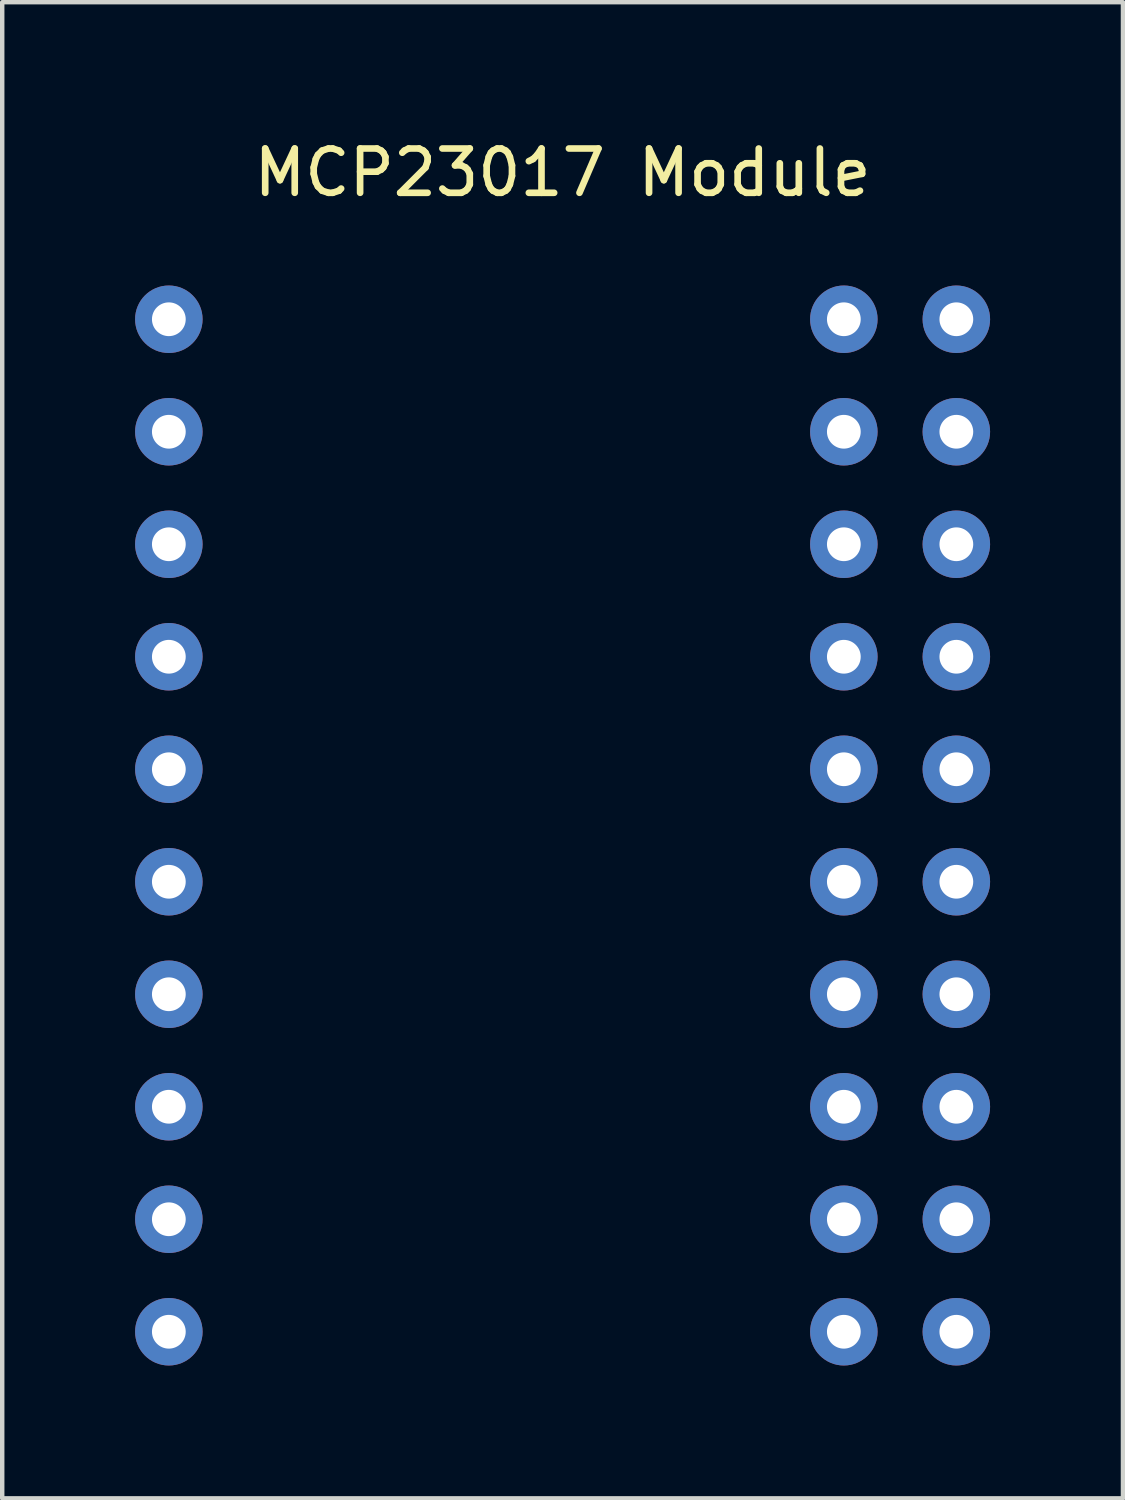
<source format=kicad_pcb>
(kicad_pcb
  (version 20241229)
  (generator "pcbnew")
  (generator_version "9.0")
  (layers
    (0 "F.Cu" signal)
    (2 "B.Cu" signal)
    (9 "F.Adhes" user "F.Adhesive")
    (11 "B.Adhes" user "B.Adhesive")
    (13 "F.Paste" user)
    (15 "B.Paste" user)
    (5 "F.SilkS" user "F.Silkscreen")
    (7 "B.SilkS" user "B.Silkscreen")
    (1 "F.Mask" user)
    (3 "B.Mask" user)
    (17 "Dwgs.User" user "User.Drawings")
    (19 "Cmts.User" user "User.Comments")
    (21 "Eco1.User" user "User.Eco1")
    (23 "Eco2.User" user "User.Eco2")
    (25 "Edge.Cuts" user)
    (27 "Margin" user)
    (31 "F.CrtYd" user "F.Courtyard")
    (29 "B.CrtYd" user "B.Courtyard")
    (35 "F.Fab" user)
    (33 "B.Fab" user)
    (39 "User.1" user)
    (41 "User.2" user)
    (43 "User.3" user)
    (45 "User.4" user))
  (footprint "MCP23017 Module"
    (layer "F.Cu")
    (at 9.652 0.348)
    (property "Reference" "MCP23017 Module" (at 0 0.5 0) (layer "F.SilkS") (effects (font (size 1 1) (thickness 0.15))))
    (attr through_hole)
    (pad "A0" thru_hole circle (at -8.89 8.89) (size 1.524 1.524) (drill 0.762) (layers "*.Cu" "*.Mask"))
    (pad "A0" thru_hole circle (at 8.89 8.89) (size 1.524 1.524) (drill 0.762) (layers "*.Cu" "*.Mask"))
    (pad "A1" thru_hole circle (at -8.89 6.35) (size 1.524 1.524) (drill 0.762) (layers "*.Cu" "*.Mask"))
    (pad "A1" thru_hole circle (at 8.89 11.43) (size 1.524 1.524) (drill 0.762) (layers "*.Cu" "*.Mask"))
    (pad "A2" thru_hole circle (at -8.89 3.81) (size 1.524 1.524) (drill 0.762) (layers "*.Cu" "*.Mask"))
    (pad "A2" thru_hole circle (at 8.89 13.97) (size 1.524 1.524) (drill 0.762) (layers "*.Cu" "*.Mask"))
    (pad "A3" thru_hole circle (at 8.89 16.51) (size 1.524 1.524) (drill 0.762) (layers "*.Cu" "*.Mask"))
    (pad "A4" thru_hole circle (at 8.89 19.05) (size 1.524 1.524) (drill 0.762) (layers "*.Cu" "*.Mask"))
    (pad "A5" thru_hole circle (at 8.89 21.59) (size 1.524 1.524) (drill 0.762) (layers "*.Cu" "*.Mask"))
    (pad "A6" thru_hole circle (at 8.89 24.13) (size 1.524 1.524) (drill 0.762) (layers "*.Cu" "*.Mask"))
    (pad "A7" thru_hole circle (at 8.89 26.67) (size 1.524 1.524) (drill 0.762) (layers "*.Cu" "*.Mask"))
    (pad "B0" thru_hole circle (at 6.35 8.89) (size 1.524 1.524) (drill 0.762) (layers "*.Cu" "*.Mask"))
    (pad "B1" thru_hole circle (at 6.35 11.43) (size 1.524 1.524) (drill 0.762) (layers "*.Cu" "*.Mask"))
    (pad "B2" thru_hole circle (at 6.35 13.97) (size 1.524 1.524) (drill 0.762) (layers "*.Cu" "*.Mask"))
    (pad "B3" thru_hole circle (at 6.35 16.51) (size 1.524 1.524) (drill 0.762) (layers "*.Cu" "*.Mask"))
    (pad "B4" thru_hole circle (at 6.35 19.05) (size 1.524 1.524) (drill 0.762) (layers "*.Cu" "*.Mask"))
    (pad "B5" thru_hole circle (at 6.35 21.59) (size 1.524 1.524) (drill 0.762) (layers "*.Cu" "*.Mask"))
    (pad "B6" thru_hole circle (at 6.35 24.13) (size 1.524 1.524) (drill 0.762) (layers "*.Cu" "*.Mask"))
    (pad "B7" thru_hole circle (at 6.35 26.67) (size 1.524 1.524) (drill 0.762) (layers "*.Cu" "*.Mask"))
    (pad "GND" thru_hole circle (at -8.89 24.13) (size 1.524 1.524) (drill 0.762) (layers "*.Cu" "*.Mask"))
    (pad "GND" thru_hole circle (at 8.89 3.81) (size 1.524 1.524) (drill 0.762) (layers "*.Cu" "*.Mask"))
    (pad "ITA" thru_hole circle (at 8.89 6.35) (size 1.524 1.524) (drill 0.762) (layers "*.Cu" "*.Mask"))
    (pad "ITB" thru_hole circle (at 6.35 6.35) (size 1.524 1.524) (drill 0.762) (layers "*.Cu" "*.Mask"))
    (pad "NC/CS" thru_hole circle (at -8.89 16.51) (size 1.524 1.524) (drill 0.762) (layers "*.Cu" "*.Mask"))
    (pad "NC/S0" thru_hole circle (at -8.89 13.97) (size 1.524 1.524) (drill 0.762) (layers "*.Cu" "*.Mask"))
    (pad "RESET" thru_hole circle (at -8.89 11.43) (size 1.524 1.524) (drill 0.762) (layers "*.Cu" "*.Mask"))
    (pad "SCL/SCK" thru_hole circle (at -8.89 21.59) (size 1.524 1.524) (drill 0.762) (layers "*.Cu" "*.Mask"))
    (pad "SDA/SI" thru_hole circle (at -8.89 19.05) (size 1.524 1.524) (drill 0.762) (layers "*.Cu" "*.Mask"))
    (pad "VCC" thru_hole circle (at -8.89 26.67) (size 1.524 1.524) (drill 0.762) (layers "*.Cu" "*.Mask"))
    (pad "VCC" thru_hole circle (at 6.35 3.81) (size 1.524 1.524) (drill 0.762) (layers "*.Cu" "*.Mask")))
  (gr_rect
    (start -3 -3)
    (end 22.304 30.78)
    (stroke (width 0.1) (type default))
    (fill no)
    (layer "Edge.Cuts")))
</source>
